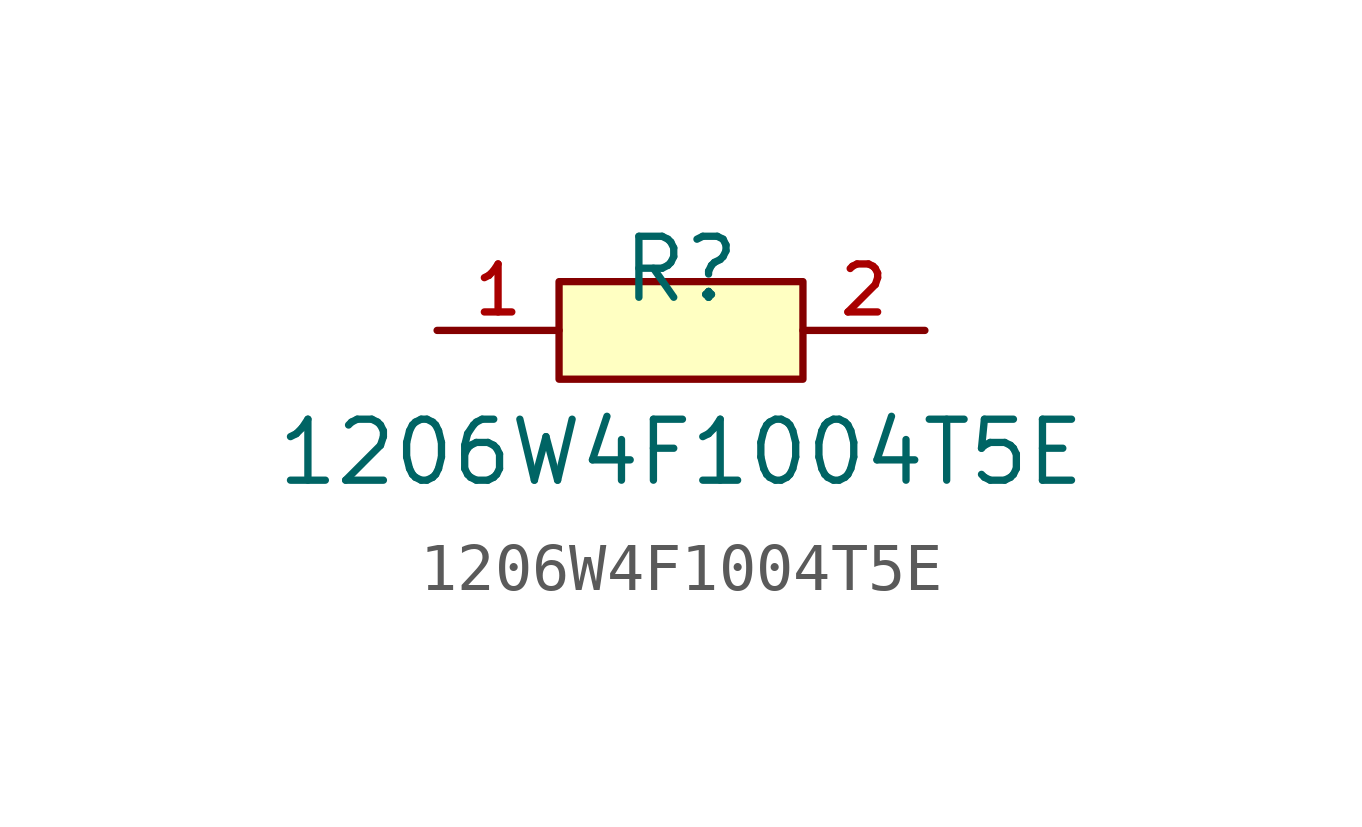
<source format=kicad_sym>
(kicad_symbol_lib
  (version 20210201)
  (generator TousstNicolas/JLC2KiCad_lib)
  (symbol "1206W4F1004T5E"
    (pin_names hide)
    (property "Reference" "R"
      (at 0 1.27 0)
      (effects (font (size 1.27 1.27))))
    (property "Value" "1206W4F1004T5E"
      (at 0 -2.54 0)
      (effects (font (size 1.27 1.27))))
    (symbol "1206W4F1004T5E_0_1"
      (pin input line (at 5.08 -0.0 180) (length 2.54) (name "2" (effects (font (size 1 1)))) (number "2" (effects (font (size 1 1)))))
      (pin input line (at -5.08 -0.0 0) (length 2.54) (name "1" (effects (font (size 1 1)))) (number "1" (effects (font (size 1 1)))))
      (rectangle (start -2.54 1.016) (end 2.54 -1.016) (stroke (width 0) (type default) (color 0 0 0 0)) (fill (type background))))))
</source>
